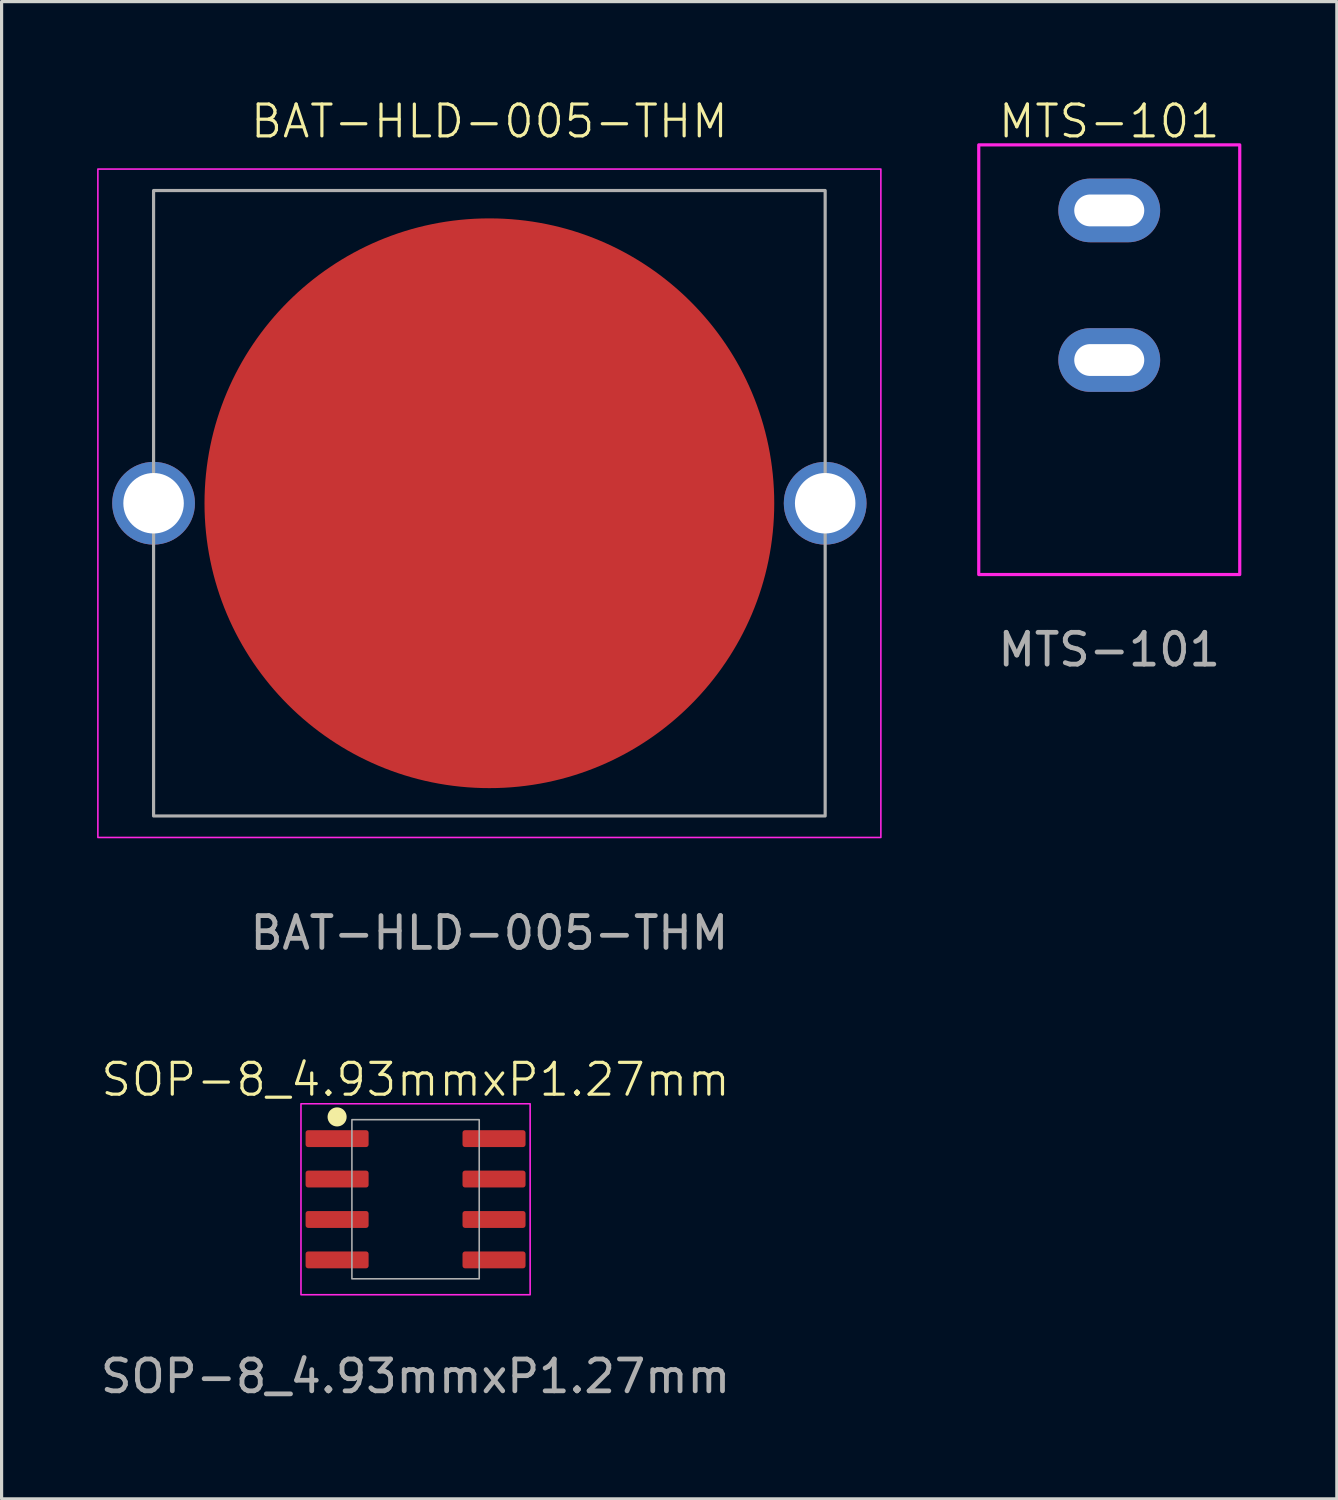
<source format=kicad_pcb>
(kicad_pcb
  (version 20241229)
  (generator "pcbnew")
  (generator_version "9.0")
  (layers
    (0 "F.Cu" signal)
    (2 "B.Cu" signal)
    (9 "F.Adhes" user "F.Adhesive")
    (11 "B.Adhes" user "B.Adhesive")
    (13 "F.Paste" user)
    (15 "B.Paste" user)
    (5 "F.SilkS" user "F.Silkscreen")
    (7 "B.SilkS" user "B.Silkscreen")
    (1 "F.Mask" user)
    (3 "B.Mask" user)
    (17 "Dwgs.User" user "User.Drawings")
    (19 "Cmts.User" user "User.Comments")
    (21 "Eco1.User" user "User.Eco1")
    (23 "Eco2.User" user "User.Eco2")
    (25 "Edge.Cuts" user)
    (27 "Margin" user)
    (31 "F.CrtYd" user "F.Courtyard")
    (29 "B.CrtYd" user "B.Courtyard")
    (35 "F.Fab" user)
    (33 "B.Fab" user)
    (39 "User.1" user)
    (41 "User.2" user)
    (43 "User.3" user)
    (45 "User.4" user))
  (footprint "BAT-HLD-005-THM"
    (layer "F.Cu")
    (at 12.325 12.761)
    (property "Reference" "BAT-HLD-005-THM" (at 0 -12 0) (unlocked yes) (layer "F.SilkS") (effects (font (size 1 1) (thickness 0.1))))
    (attr through_hole)
    (fp_rect (start -12.3 -10.5) (end 12.3 10.5) (stroke (width 0.05) (type default)) (fill no) (layer "F.CrtYd"))
    (fp_rect (start -10.55 -9.825) (end 10.55 9.825) (stroke (width 0.1) (type default)) (fill no) (layer "F.Fab"))
    (fp_text user "${REFERENCE}" (at 0 13.5 0) (unlocked yes) (layer "F.Fab") (effects (font (size 1 1) (thickness 0.15))))
    (pad "1" thru_hole circle (at -10.55 0) (size 2.6 2.6) (drill 1.9) (layers "*.Cu" "*.Mask"))
    (pad "1" thru_hole circle (at 10.55 0) (size 2.6 2.6) (drill 1.9) (layers "*.Cu" "*.Mask"))
    (pad "2" smd circle (at 0 0) (size 17.9 17.9) (layers "F.Cu" "F.Mask" "F.Paste")))
  (footprint "MTS-101"
    (layer "F.Cu")
    (at 31.8 8.261)
    (property "Reference" "MTS-101" (at 0 -7.5 0) (unlocked yes) (layer "F.SilkS") (effects (font (size 1 1) (thickness 0.1))))
    (attr through_hole)
    (fp_rect (start -4.1 -6.76) (end 4.1 6.74) (stroke (width 0.1) (type default)) (fill no) (layer "F.CrtYd"))
    (fp_rect (start -3.95 -6.6) (end 3.95 6.6) (stroke (width 0.1) (type default)) (fill no) (layer "User.1"))
    (fp_circle (center 0 0) (end 3 0) (stroke (width 0.1) (type default)) (fill no) (layer "User.1"))
    (fp_text user "${REFERENCE}" (at 0 9.1 0) (unlocked yes) (layer "F.Fab") (effects (font (size 1 1) (thickness 0.15))))
    (pad "1" thru_hole oval (at 0 0) (size 3.2 2) (drill oval 2.2 1) (layers "*.Cu" "*.Mask"))
    (pad "2" thru_hole oval (at 0 -4.7) (size 3.2 2) (drill oval 2.2 1) (layers "*.Cu" "*.Mask")))
  (footprint "SOP-8_4.93mmxP1.27mm"
    (layer "F.Cu")
    (at 10.006 34.628)
    (property "Reference" "SOP-8_4.93mmxP1.27mm" (at 0 -3.759 0) (unlocked yes) (layer "F.SilkS") (effects (font (size 1 1) (thickness 0.1))))
    (attr smd)
    (fp_circle (center -2.465 -2.587) (end -2.215 -2.587) (stroke (width 0.1) (type solid)) (fill yes) (layer "F.SilkS"))
    (fp_rect (start -3.6 -3) (end 3.6 3) (stroke (width 0.05) (type default)) (fill no) (layer "F.CrtYd"))
    (fp_rect (start -2 -2.5) (end 2 2.5) (stroke (width 0.05) (type default)) (fill no) (layer "F.Fab"))
    (fp_text user "${REFERENCE}" (at 0 5.564 0) (unlocked yes) (layer "F.Fab") (effects (font (size 1 1) (thickness 0.15))))
    (pad "1" smd roundrect (at -2.465 -1.905) (size 1.98 0.53) (layers "F.Cu" "F.Mask" "F.Paste") (roundrect_rratio 0.15))
    (pad "2" smd roundrect (at -2.465 -0.635) (size 1.98 0.53) (layers "F.Cu" "F.Mask" "F.Paste") (roundrect_rratio 0.15))
    (pad "3" smd roundrect (at -2.465 0.635) (size 1.98 0.53) (layers "F.Cu" "F.Mask" "F.Paste") (roundrect_rratio 0.15))
    (pad "4" smd roundrect (at -2.465 1.905) (size 1.98 0.53) (layers "F.Cu" "F.Mask" "F.Paste") (roundrect_rratio 0.15))
    (pad "5" smd roundrect (at 2.465 1.905) (size 1.98 0.53) (layers "F.Cu" "F.Mask" "F.Paste") (roundrect_rratio 0.15))
    (pad "6" smd roundrect (at 2.465 0.635) (size 1.98 0.53) (layers "F.Cu" "F.Mask" "F.Paste") (roundrect_rratio 0.15))
    (pad "7" smd roundrect (at 2.465 -0.635) (size 1.98 0.53) (layers "F.Cu" "F.Mask" "F.Paste") (roundrect_rratio 0.15))
    (pad "8" smd roundrect (at 2.465 -1.905) (size 1.98 0.53) (layers "F.Cu" "F.Mask" "F.Paste") (roundrect_rratio 0.15)))
  (gr_rect
    (start -3 -3)
    (end 38.95 44.041)
    (stroke (width 0.1) (type default))
    (fill no)
    (layer "Edge.Cuts")))
</source>
